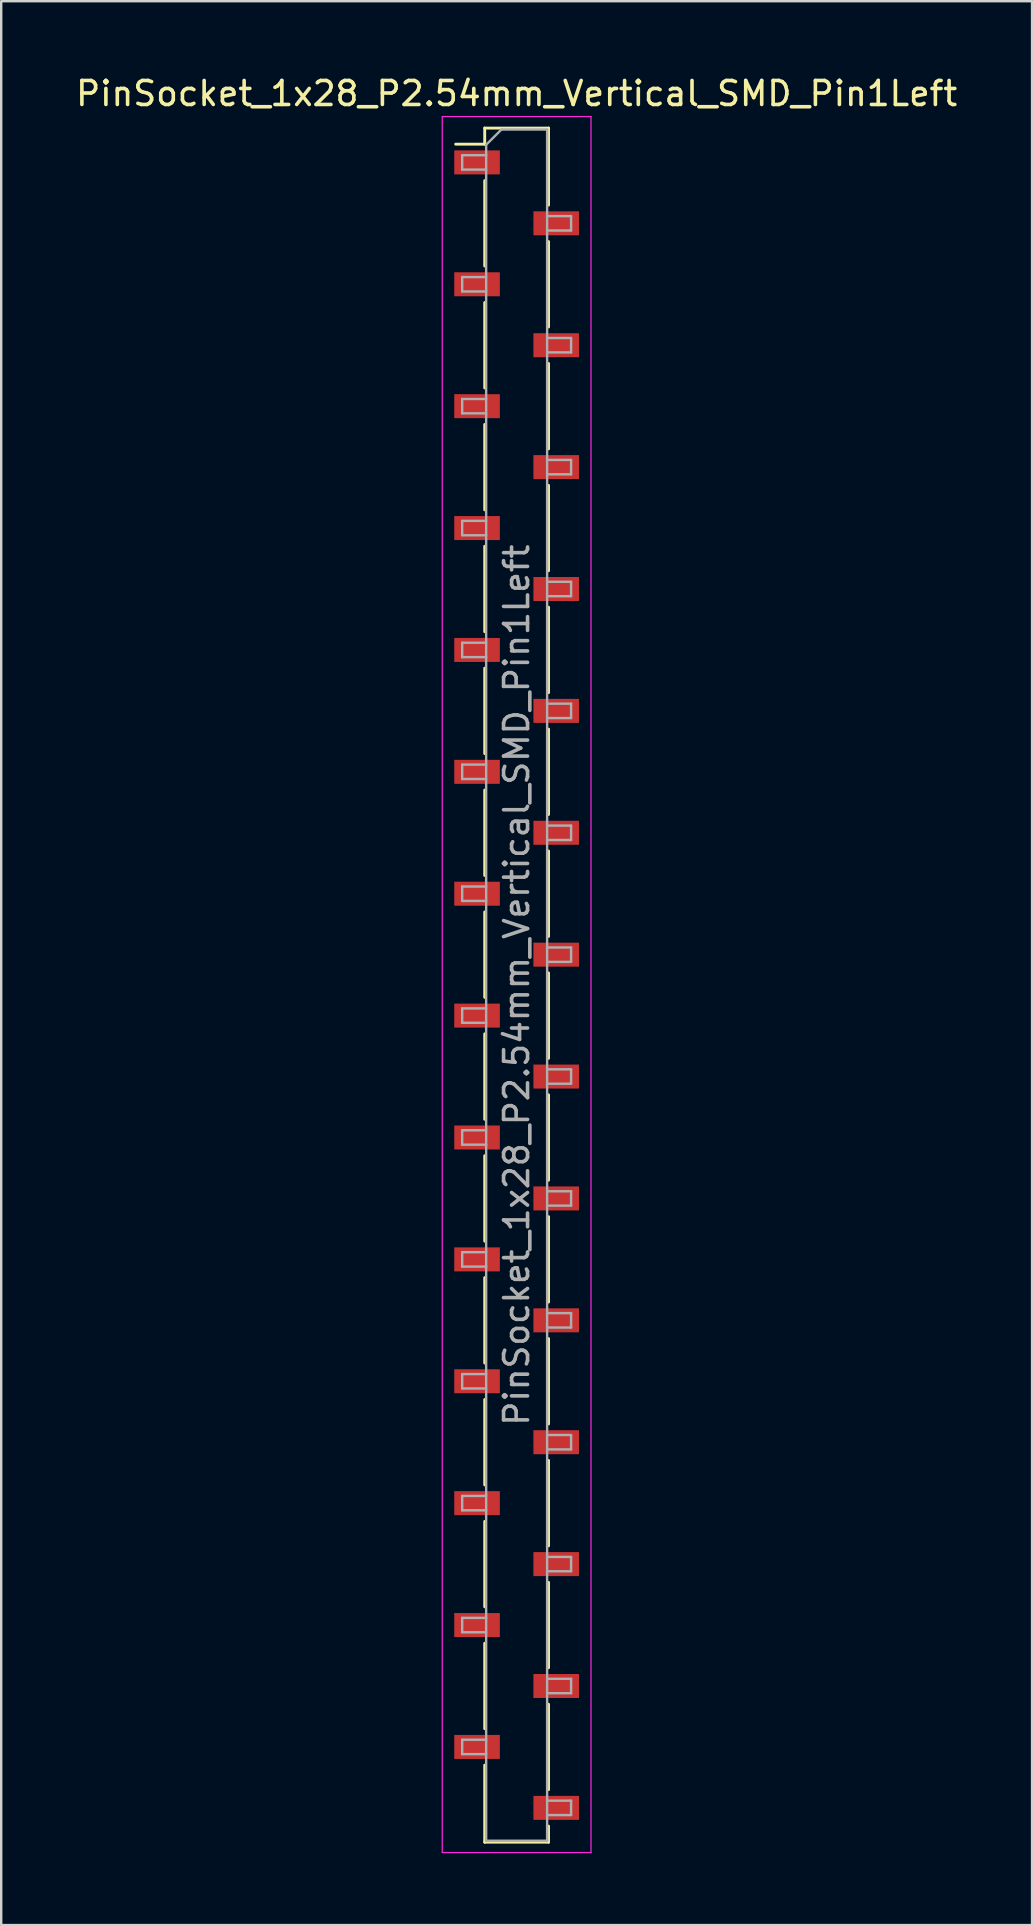
<source format=kicad_pcb>
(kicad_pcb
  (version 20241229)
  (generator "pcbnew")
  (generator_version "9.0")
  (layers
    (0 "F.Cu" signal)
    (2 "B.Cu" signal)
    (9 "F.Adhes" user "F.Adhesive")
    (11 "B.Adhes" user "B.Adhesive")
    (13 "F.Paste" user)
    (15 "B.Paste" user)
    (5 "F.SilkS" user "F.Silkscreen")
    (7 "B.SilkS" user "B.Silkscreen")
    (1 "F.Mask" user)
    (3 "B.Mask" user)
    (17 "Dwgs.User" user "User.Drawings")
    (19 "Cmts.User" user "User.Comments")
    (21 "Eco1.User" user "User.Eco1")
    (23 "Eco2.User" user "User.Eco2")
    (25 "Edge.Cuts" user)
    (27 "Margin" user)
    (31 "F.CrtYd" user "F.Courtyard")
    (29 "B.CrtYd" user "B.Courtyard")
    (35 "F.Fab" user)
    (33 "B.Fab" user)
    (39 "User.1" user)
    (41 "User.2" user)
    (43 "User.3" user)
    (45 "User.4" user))
  (footprint "PinSocket_1x28_P2.54mm_Vertical_SMD_Pin1Left"
    (layer "F.Cu")
    (at 18.482 38.008)
    (property "Reference" "PinSocket_1x28_P2.54mm_Vertical_SMD_Pin1Left" (at 0 -37.16 0) (layer "F.SilkS") (effects (font (size 1 1) (thickness 0.15))))
    (attr smd)
    (fp_line (start -2.54 -35.05) (end -1.33 -35.05) (stroke (width 0.12) (type solid)) (layer "F.SilkS"))
    (fp_line (start -1.33 -35.72) (end -1.33 -35.05) (stroke (width 0.12) (type solid)) (layer "F.SilkS"))
    (fp_line (start -1.33 -35.72) (end 1.33 -35.72) (stroke (width 0.12) (type solid)) (layer "F.SilkS"))
    (fp_line (start -1.33 -33.53) (end -1.33 -29.97) (stroke (width 0.12) (type solid)) (layer "F.SilkS"))
    (fp_line (start -1.33 -28.45) (end -1.33 -24.89) (stroke (width 0.12) (type solid)) (layer "F.SilkS"))
    (fp_line (start -1.33 -23.37) (end -1.33 -19.81) (stroke (width 0.12) (type solid)) (layer "F.SilkS"))
    (fp_line (start -1.33 -18.29) (end -1.33 -14.73) (stroke (width 0.12) (type solid)) (layer "F.SilkS"))
    (fp_line (start -1.33 -13.21) (end -1.33 -9.65) (stroke (width 0.12) (type solid)) (layer "F.SilkS"))
    (fp_line (start -1.33 -8.13) (end -1.33 -4.57) (stroke (width 0.12) (type solid)) (layer "F.SilkS"))
    (fp_line (start -1.33 -3.05) (end -1.33 0.51) (stroke (width 0.12) (type solid)) (layer "F.SilkS"))
    (fp_line (start -1.33 2.03) (end -1.33 5.59) (stroke (width 0.12) (type solid)) (layer "F.SilkS"))
    (fp_line (start -1.33 7.11) (end -1.33 10.67) (stroke (width 0.12) (type solid)) (layer "F.SilkS"))
    (fp_line (start -1.33 12.19) (end -1.33 15.75) (stroke (width 0.12) (type solid)) (layer "F.SilkS"))
    (fp_line (start -1.33 17.27) (end -1.33 20.83) (stroke (width 0.12) (type solid)) (layer "F.SilkS"))
    (fp_line (start -1.33 22.35) (end -1.33 25.91) (stroke (width 0.12) (type solid)) (layer "F.SilkS"))
    (fp_line (start -1.33 27.43) (end -1.33 30.99) (stroke (width 0.12) (type solid)) (layer "F.SilkS"))
    (fp_line (start -1.33 32.51) (end -1.33 35.72) (stroke (width 0.12) (type solid)) (layer "F.SilkS"))
    (fp_line (start -1.33 35.72) (end 1.33 35.72) (stroke (width 0.12) (type solid)) (layer "F.SilkS"))
    (fp_line (start 1.33 -35.72) (end 1.33 -32.51) (stroke (width 0.12) (type solid)) (layer "F.SilkS"))
    (fp_line (start 1.33 -30.99) (end 1.33 -27.43) (stroke (width 0.12) (type solid)) (layer "F.SilkS"))
    (fp_line (start 1.33 -25.91) (end 1.33 -22.35) (stroke (width 0.12) (type solid)) (layer "F.SilkS"))
    (fp_line (start 1.33 -20.83) (end 1.33 -17.27) (stroke (width 0.12) (type solid)) (layer "F.SilkS"))
    (fp_line (start 1.33 -15.75) (end 1.33 -12.19) (stroke (width 0.12) (type solid)) (layer "F.SilkS"))
    (fp_line (start 1.33 -10.67) (end 1.33 -7.11) (stroke (width 0.12) (type solid)) (layer "F.SilkS"))
    (fp_line (start 1.33 -5.59) (end 1.33 -2.03) (stroke (width 0.12) (type solid)) (layer "F.SilkS"))
    (fp_line (start 1.33 -0.51) (end 1.33 3.05) (stroke (width 0.12) (type solid)) (layer "F.SilkS"))
    (fp_line (start 1.33 4.57) (end 1.33 8.13) (stroke (width 0.12) (type solid)) (layer "F.SilkS"))
    (fp_line (start 1.33 9.65) (end 1.33 13.21) (stroke (width 0.12) (type solid)) (layer "F.SilkS"))
    (fp_line (start 1.33 14.73) (end 1.33 18.29) (stroke (width 0.12) (type solid)) (layer "F.SilkS"))
    (fp_line (start 1.33 19.81) (end 1.33 23.37) (stroke (width 0.12) (type solid)) (layer "F.SilkS"))
    (fp_line (start 1.33 24.89) (end 1.33 28.45) (stroke (width 0.12) (type solid)) (layer "F.SilkS"))
    (fp_line (start 1.33 29.97) (end 1.33 33.53) (stroke (width 0.12) (type solid)) (layer "F.SilkS"))
    (fp_line (start 1.33 35.05) (end 1.33 35.72) (stroke (width 0.12) (type solid)) (layer "F.SilkS"))
    (fp_line (start -3.1 -36.2) (end 3.1 -36.2) (stroke (width 0.05) (type solid)) (layer "F.CrtYd"))
    (fp_line (start -3.1 36.15) (end -3.1 -36.2) (stroke (width 0.05) (type solid)) (layer "F.CrtYd"))
    (fp_line (start 3.1 -36.2) (end 3.1 36.15) (stroke (width 0.05) (type solid)) (layer "F.CrtYd"))
    (fp_line (start 3.1 36.15) (end -3.1 36.15) (stroke (width 0.05) (type solid)) (layer "F.CrtYd"))
    (fp_line (start -2.27 -34.59) (end -1.27 -34.59) (stroke (width 0.1) (type solid)) (layer "F.Fab"))
    (fp_line (start -2.27 -33.99) (end -2.27 -34.59) (stroke (width 0.1) (type solid)) (layer "F.Fab"))
    (fp_line (start -2.27 -29.51) (end -1.27 -29.51) (stroke (width 0.1) (type solid)) (layer "F.Fab"))
    (fp_line (start -2.27 -28.91) (end -2.27 -29.51) (stroke (width 0.1) (type solid)) (layer "F.Fab"))
    (fp_line (start -2.27 -24.43) (end -1.27 -24.43) (stroke (width 0.1) (type solid)) (layer "F.Fab"))
    (fp_line (start -2.27 -23.83) (end -2.27 -24.43) (stroke (width 0.1) (type solid)) (layer "F.Fab"))
    (fp_line (start -2.27 -19.35) (end -1.27 -19.35) (stroke (width 0.1) (type solid)) (layer "F.Fab"))
    (fp_line (start -2.27 -18.75) (end -2.27 -19.35) (stroke (width 0.1) (type solid)) (layer "F.Fab"))
    (fp_line (start -2.27 -14.27) (end -1.27 -14.27) (stroke (width 0.1) (type solid)) (layer "F.Fab"))
    (fp_line (start -2.27 -13.67) (end -2.27 -14.27) (stroke (width 0.1) (type solid)) (layer "F.Fab"))
    (fp_line (start -2.27 -9.19) (end -1.27 -9.19) (stroke (width 0.1) (type solid)) (layer "F.Fab"))
    (fp_line (start -2.27 -8.59) (end -2.27 -9.19) (stroke (width 0.1) (type solid)) (layer "F.Fab"))
    (fp_line (start -2.27 -4.11) (end -1.27 -4.11) (stroke (width 0.1) (type solid)) (layer "F.Fab"))
    (fp_line (start -2.27 -3.51) (end -2.27 -4.11) (stroke (width 0.1) (type solid)) (layer "F.Fab"))
    (fp_line (start -2.27 0.97) (end -1.27 0.97) (stroke (width 0.1) (type solid)) (layer "F.Fab"))
    (fp_line (start -2.27 1.57) (end -2.27 0.97) (stroke (width 0.1) (type solid)) (layer "F.Fab"))
    (fp_line (start -2.27 6.05) (end -1.27 6.05) (stroke (width 0.1) (type solid)) (layer "F.Fab"))
    (fp_line (start -2.27 6.65) (end -2.27 6.05) (stroke (width 0.1) (type solid)) (layer "F.Fab"))
    (fp_line (start -2.27 11.13) (end -1.27 11.13) (stroke (width 0.1) (type solid)) (layer "F.Fab"))
    (fp_line (start -2.27 11.73) (end -2.27 11.13) (stroke (width 0.1) (type solid)) (layer "F.Fab"))
    (fp_line (start -2.27 16.21) (end -1.27 16.21) (stroke (width 0.1) (type solid)) (layer "F.Fab"))
    (fp_line (start -2.27 16.81) (end -2.27 16.21) (stroke (width 0.1) (type solid)) (layer "F.Fab"))
    (fp_line (start -2.27 21.29) (end -1.27 21.29) (stroke (width 0.1) (type solid)) (layer "F.Fab"))
    (fp_line (start -2.27 21.89) (end -2.27 21.29) (stroke (width 0.1) (type solid)) (layer "F.Fab"))
    (fp_line (start -2.27 26.37) (end -1.27 26.37) (stroke (width 0.1) (type solid)) (layer "F.Fab"))
    (fp_line (start -2.27 26.97) (end -2.27 26.37) (stroke (width 0.1) (type solid)) (layer "F.Fab"))
    (fp_line (start -2.27 31.45) (end -1.27 31.45) (stroke (width 0.1) (type solid)) (layer "F.Fab"))
    (fp_line (start -2.27 32.05) (end -2.27 31.45) (stroke (width 0.1) (type solid)) (layer "F.Fab"))
    (fp_line (start -1.27 -35.025) (end -0.635 -35.66) (stroke (width 0.1) (type solid)) (layer "F.Fab"))
    (fp_line (start -1.27 -33.99) (end -2.27 -33.99) (stroke (width 0.1) (type solid)) (layer "F.Fab"))
    (fp_line (start -1.27 -28.91) (end -2.27 -28.91) (stroke (width 0.1) (type solid)) (layer "F.Fab"))
    (fp_line (start -1.27 -23.83) (end -2.27 -23.83) (stroke (width 0.1) (type solid)) (layer "F.Fab"))
    (fp_line (start -1.27 -18.75) (end -2.27 -18.75) (stroke (width 0.1) (type solid)) (layer "F.Fab"))
    (fp_line (start -1.27 -13.67) (end -2.27 -13.67) (stroke (width 0.1) (type solid)) (layer "F.Fab"))
    (fp_line (start -1.27 -8.59) (end -2.27 -8.59) (stroke (width 0.1) (type solid)) (layer "F.Fab"))
    (fp_line (start -1.27 -3.51) (end -2.27 -3.51) (stroke (width 0.1) (type solid)) (layer "F.Fab"))
    (fp_line (start -1.27 1.57) (end -2.27 1.57) (stroke (width 0.1) (type solid)) (layer "F.Fab"))
    (fp_line (start -1.27 6.65) (end -2.27 6.65) (stroke (width 0.1) (type solid)) (layer "F.Fab"))
    (fp_line (start -1.27 11.73) (end -2.27 11.73) (stroke (width 0.1) (type solid)) (layer "F.Fab"))
    (fp_line (start -1.27 16.81) (end -2.27 16.81) (stroke (width 0.1) (type solid)) (layer "F.Fab"))
    (fp_line (start -1.27 21.89) (end -2.27 21.89) (stroke (width 0.1) (type solid)) (layer "F.Fab"))
    (fp_line (start -1.27 26.97) (end -2.27 26.97) (stroke (width 0.1) (type solid)) (layer "F.Fab"))
    (fp_line (start -1.27 32.05) (end -2.27 32.05) (stroke (width 0.1) (type solid)) (layer "F.Fab"))
    (fp_line (start -1.27 35.66) (end -1.27 -35.025) (stroke (width 0.1) (type solid)) (layer "F.Fab"))
    (fp_line (start -0.635 -35.66) (end 1.27 -35.66) (stroke (width 0.1) (type solid)) (layer "F.Fab"))
    (fp_line (start 1.27 -35.66) (end 1.27 35.66) (stroke (width 0.1) (type solid)) (layer "F.Fab"))
    (fp_line (start 1.27 -32.05) (end 2.27 -32.05) (stroke (width 0.1) (type solid)) (layer "F.Fab"))
    (fp_line (start 1.27 -26.97) (end 2.27 -26.97) (stroke (width 0.1) (type solid)) (layer "F.Fab"))
    (fp_line (start 1.27 -21.89) (end 2.27 -21.89) (stroke (width 0.1) (type solid)) (layer "F.Fab"))
    (fp_line (start 1.27 -16.81) (end 2.27 -16.81) (stroke (width 0.1) (type solid)) (layer "F.Fab"))
    (fp_line (start 1.27 -11.73) (end 2.27 -11.73) (stroke (width 0.1) (type solid)) (layer "F.Fab"))
    (fp_line (start 1.27 -6.65) (end 2.27 -6.65) (stroke (width 0.1) (type solid)) (layer "F.Fab"))
    (fp_line (start 1.27 -1.57) (end 2.27 -1.57) (stroke (width 0.1) (type solid)) (layer "F.Fab"))
    (fp_line (start 1.27 3.51) (end 2.27 3.51) (stroke (width 0.1) (type solid)) (layer "F.Fab"))
    (fp_line (start 1.27 8.59) (end 2.27 8.59) (stroke (width 0.1) (type solid)) (layer "F.Fab"))
    (fp_line (start 1.27 13.67) (end 2.27 13.67) (stroke (width 0.1) (type solid)) (layer "F.Fab"))
    (fp_line (start 1.27 18.75) (end 2.27 18.75) (stroke (width 0.1) (type solid)) (layer "F.Fab"))
    (fp_line (start 1.27 23.83) (end 2.27 23.83) (stroke (width 0.1) (type solid)) (layer "F.Fab"))
    (fp_line (start 1.27 28.91) (end 2.27 28.91) (stroke (width 0.1) (type solid)) (layer "F.Fab"))
    (fp_line (start 1.27 33.99) (end 2.27 33.99) (stroke (width 0.1) (type solid)) (layer "F.Fab"))
    (fp_line (start 1.27 35.66) (end -1.27 35.66) (stroke (width 0.1) (type solid)) (layer "F.Fab"))
    (fp_line (start 2.27 -32.05) (end 2.27 -31.45) (stroke (width 0.1) (type solid)) (layer "F.Fab"))
    (fp_line (start 2.27 -31.45) (end 1.27 -31.45) (stroke (width 0.1) (type solid)) (layer "F.Fab"))
    (fp_line (start 2.27 -26.97) (end 2.27 -26.37) (stroke (width 0.1) (type solid)) (layer "F.Fab"))
    (fp_line (start 2.27 -26.37) (end 1.27 -26.37) (stroke (width 0.1) (type solid)) (layer "F.Fab"))
    (fp_line (start 2.27 -21.89) (end 2.27 -21.29) (stroke (width 0.1) (type solid)) (layer "F.Fab"))
    (fp_line (start 2.27 -21.29) (end 1.27 -21.29) (stroke (width 0.1) (type solid)) (layer "F.Fab"))
    (fp_line (start 2.27 -16.81) (end 2.27 -16.21) (stroke (width 0.1) (type solid)) (layer "F.Fab"))
    (fp_line (start 2.27 -16.21) (end 1.27 -16.21) (stroke (width 0.1) (type solid)) (layer "F.Fab"))
    (fp_line (start 2.27 -11.73) (end 2.27 -11.13) (stroke (width 0.1) (type solid)) (layer "F.Fab"))
    (fp_line (start 2.27 -11.13) (end 1.27 -11.13) (stroke (width 0.1) (type solid)) (layer "F.Fab"))
    (fp_line (start 2.27 -6.65) (end 2.27 -6.05) (stroke (width 0.1) (type solid)) (layer "F.Fab"))
    (fp_line (start 2.27 -6.05) (end 1.27 -6.05) (stroke (width 0.1) (type solid)) (layer "F.Fab"))
    (fp_line (start 2.27 -1.57) (end 2.27 -0.97) (stroke (width 0.1) (type solid)) (layer "F.Fab"))
    (fp_line (start 2.27 -0.97) (end 1.27 -0.97) (stroke (width 0.1) (type solid)) (layer "F.Fab"))
    (fp_line (start 2.27 3.51) (end 2.27 4.11) (stroke (width 0.1) (type solid)) (layer "F.Fab"))
    (fp_line (start 2.27 4.11) (end 1.27 4.11) (stroke (width 0.1) (type solid)) (layer "F.Fab"))
    (fp_line (start 2.27 8.59) (end 2.27 9.19) (stroke (width 0.1) (type solid)) (layer "F.Fab"))
    (fp_line (start 2.27 9.19) (end 1.27 9.19) (stroke (width 0.1) (type solid)) (layer "F.Fab"))
    (fp_line (start 2.27 13.67) (end 2.27 14.27) (stroke (width 0.1) (type solid)) (layer "F.Fab"))
    (fp_line (start 2.27 14.27) (end 1.27 14.27) (stroke (width 0.1) (type solid)) (layer "F.Fab"))
    (fp_line (start 2.27 18.75) (end 2.27 19.35) (stroke (width 0.1) (type solid)) (layer "F.Fab"))
    (fp_line (start 2.27 19.35) (end 1.27 19.35) (stroke (width 0.1) (type solid)) (layer "F.Fab"))
    (fp_line (start 2.27 23.83) (end 2.27 24.43) (stroke (width 0.1) (type solid)) (layer "F.Fab"))
    (fp_line (start 2.27 24.43) (end 1.27 24.43) (stroke (width 0.1) (type solid)) (layer "F.Fab"))
    (fp_line (start 2.27 28.91) (end 2.27 29.51) (stroke (width 0.1) (type solid)) (layer "F.Fab"))
    (fp_line (start 2.27 29.51) (end 1.27 29.51) (stroke (width 0.1) (type solid)) (layer "F.Fab"))
    (fp_line (start 2.27 33.99) (end 2.27 34.59) (stroke (width 0.1) (type solid)) (layer "F.Fab"))
    (fp_line (start 2.27 34.59) (end 1.27 34.59) (stroke (width 0.1) (type solid)) (layer "F.Fab"))
    (fp_text user "${REFERENCE}" (at 0 0 90) (layer "F.Fab") (effects (font (size 1 1) (thickness 0.15))))
    (pad "1" smd rect (at -1.65 -34.29) (size 1.9 1) (layers "F.Cu" "F.Mask" "F.Paste"))
    (pad "2" smd rect (at 1.65 -31.75) (size 1.9 1) (layers "F.Cu" "F.Mask" "F.Paste"))
    (pad "3" smd rect (at -1.65 -29.21) (size 1.9 1) (layers "F.Cu" "F.Mask" "F.Paste"))
    (pad "4" smd rect (at 1.65 -26.67) (size 1.9 1) (layers "F.Cu" "F.Mask" "F.Paste"))
    (pad "5" smd rect (at -1.65 -24.13) (size 1.9 1) (layers "F.Cu" "F.Mask" "F.Paste"))
    (pad "6" smd rect (at 1.65 -21.59) (size 1.9 1) (layers "F.Cu" "F.Mask" "F.Paste"))
    (pad "7" smd rect (at -1.65 -19.05) (size 1.9 1) (layers "F.Cu" "F.Mask" "F.Paste"))
    (pad "8" smd rect (at 1.65 -16.51) (size 1.9 1) (layers "F.Cu" "F.Mask" "F.Paste"))
    (pad "9" smd rect (at -1.65 -13.97) (size 1.9 1) (layers "F.Cu" "F.Mask" "F.Paste"))
    (pad "10" smd rect (at 1.65 -11.43) (size 1.9 1) (layers "F.Cu" "F.Mask" "F.Paste"))
    (pad "11" smd rect (at -1.65 -8.89) (size 1.9 1) (layers "F.Cu" "F.Mask" "F.Paste"))
    (pad "12" smd rect (at 1.65 -6.35) (size 1.9 1) (layers "F.Cu" "F.Mask" "F.Paste"))
    (pad "13" smd rect (at -1.65 -3.81) (size 1.9 1) (layers "F.Cu" "F.Mask" "F.Paste"))
    (pad "14" smd rect (at 1.65 -1.27) (size 1.9 1) (layers "F.Cu" "F.Mask" "F.Paste"))
    (pad "15" smd rect (at -1.65 1.27) (size 1.9 1) (layers "F.Cu" "F.Mask" "F.Paste"))
    (pad "16" smd rect (at 1.65 3.81) (size 1.9 1) (layers "F.Cu" "F.Mask" "F.Paste"))
    (pad "17" smd rect (at -1.65 6.35) (size 1.9 1) (layers "F.Cu" "F.Mask" "F.Paste"))
    (pad "18" smd rect (at 1.65 8.89) (size 1.9 1) (layers "F.Cu" "F.Mask" "F.Paste"))
    (pad "19" smd rect (at -1.65 11.43) (size 1.9 1) (layers "F.Cu" "F.Mask" "F.Paste"))
    (pad "20" smd rect (at 1.65 13.97) (size 1.9 1) (layers "F.Cu" "F.Mask" "F.Paste"))
    (pad "21" smd rect (at -1.65 16.51) (size 1.9 1) (layers "F.Cu" "F.Mask" "F.Paste"))
    (pad "22" smd rect (at 1.65 19.05) (size 1.9 1) (layers "F.Cu" "F.Mask" "F.Paste"))
    (pad "23" smd rect (at -1.65 21.59) (size 1.9 1) (layers "F.Cu" "F.Mask" "F.Paste"))
    (pad "24" smd rect (at 1.65 24.13) (size 1.9 1) (layers "F.Cu" "F.Mask" "F.Paste"))
    (pad "25" smd rect (at -1.65 26.67) (size 1.9 1) (layers "F.Cu" "F.Mask" "F.Paste"))
    (pad "26" smd rect (at 1.65 29.21) (size 1.9 1) (layers "F.Cu" "F.Mask" "F.Paste"))
    (pad "27" smd rect (at -1.65 31.75) (size 1.9 1) (layers "F.Cu" "F.Mask" "F.Paste"))
    (pad "28" smd rect (at 1.65 34.29) (size 1.9 1) (layers "F.Cu" "F.Mask" "F.Paste")))
  (gr_rect
    (start -3 -3)
    (end 39.964 77.183)
    (stroke (width 0.1) (type default))
    (fill no)
    (layer "Edge.Cuts")))
</source>
